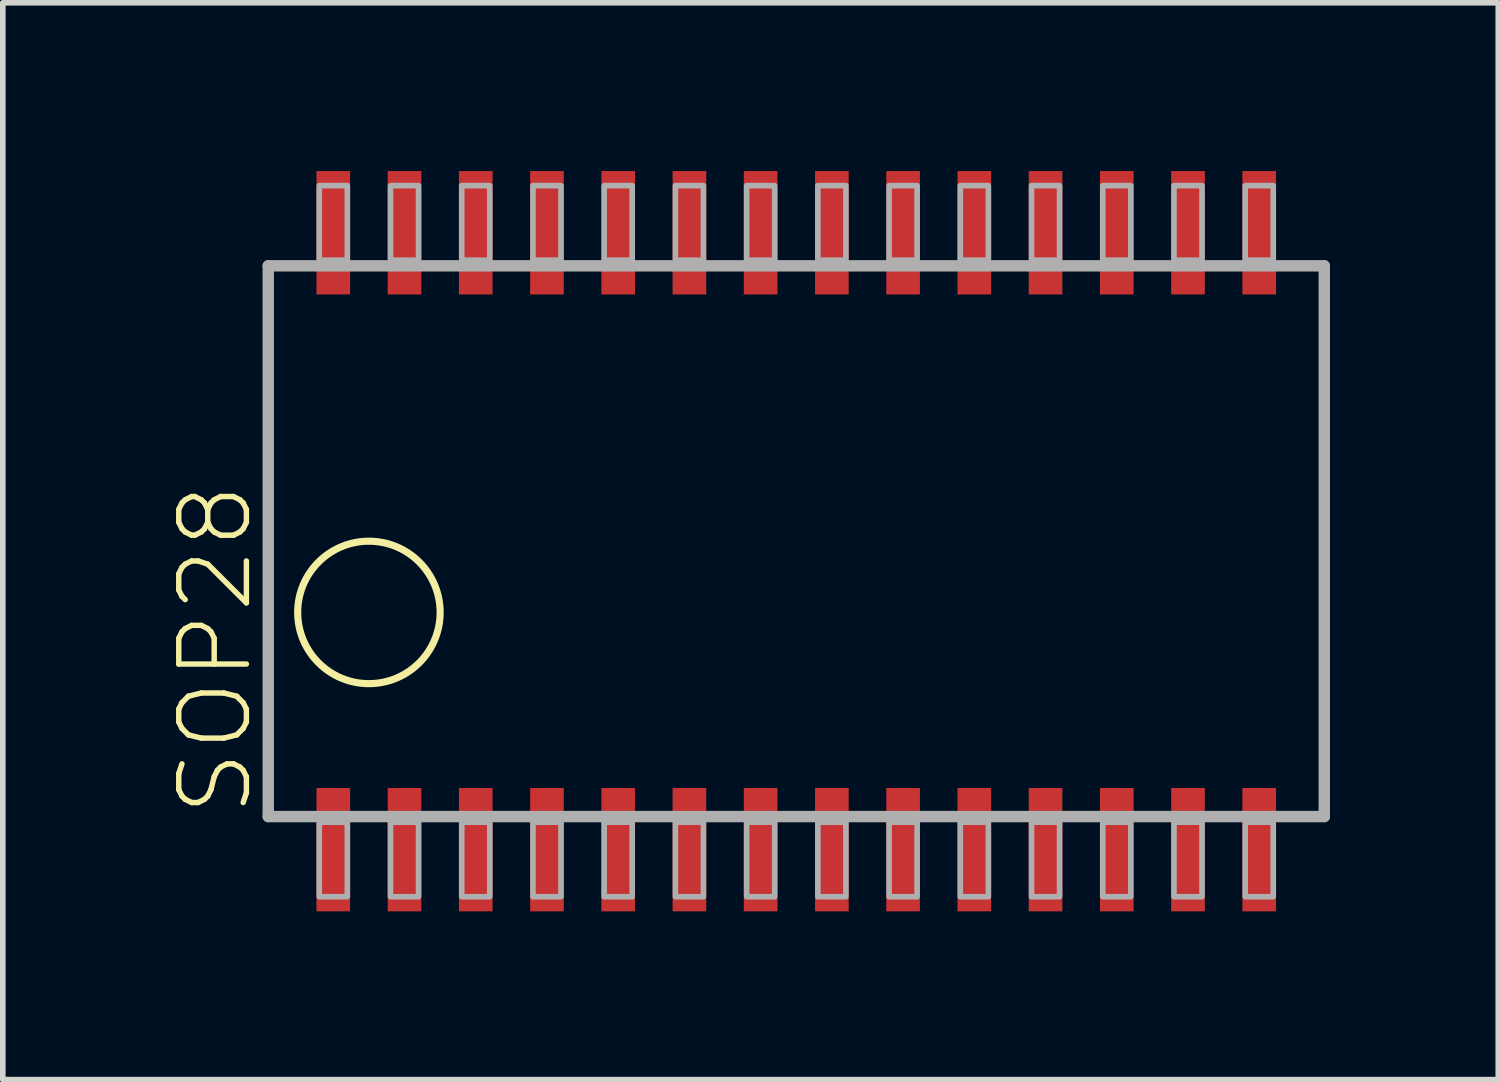
<source format=kicad_pcb>
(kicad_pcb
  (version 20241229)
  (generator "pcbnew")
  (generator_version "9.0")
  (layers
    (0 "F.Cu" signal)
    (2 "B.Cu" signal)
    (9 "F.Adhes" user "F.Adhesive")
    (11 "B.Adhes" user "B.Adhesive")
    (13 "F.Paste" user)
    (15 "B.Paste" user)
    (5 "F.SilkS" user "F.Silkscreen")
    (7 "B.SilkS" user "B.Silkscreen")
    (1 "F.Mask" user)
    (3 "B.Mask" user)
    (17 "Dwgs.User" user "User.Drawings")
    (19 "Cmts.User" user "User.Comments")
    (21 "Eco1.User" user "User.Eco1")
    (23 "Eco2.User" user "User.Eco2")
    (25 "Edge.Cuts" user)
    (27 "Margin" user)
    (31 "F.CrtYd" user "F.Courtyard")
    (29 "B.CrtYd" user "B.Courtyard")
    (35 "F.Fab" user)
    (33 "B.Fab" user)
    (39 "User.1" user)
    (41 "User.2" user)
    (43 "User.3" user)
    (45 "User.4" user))
  (footprint "SOP28"
    (layer "F.Cu")
    (at 11.148 6.6)
    (property "Reference" "SOP28" (at -9.652 4.953 90) (layer "F.SilkS") (effects (font (size 1.206 1.206) (thickness 0.097)) (justify left bottom)))
    (attr through_hole)
    (fp_circle (center -7.62 1.27) (end -6.35 1.27) (stroke (width 0.127) (type solid)) (fill no) (layer "F.SilkS"))
    (fp_line (start -9.415 -4.91) (end 9.415 -4.91) (stroke (width 0.203) (type solid)) (layer "F.Fab"))
    (fp_line (start -9.415 4.91) (end -9.415 -4.91) (stroke (width 0.203) (type solid)) (layer "F.Fab"))
    (fp_line (start 9.415 -4.91) (end 9.415 4.91) (stroke (width 0.203) (type solid)) (layer "F.Fab"))
    (fp_line (start 9.415 4.91) (end -9.415 4.91) (stroke (width 0.203) (type solid)) (layer "F.Fab"))
    (fp_poly (pts (xy -8.505 -5.01) (xy -8.005 -5.01) (xy -8.005 -6.34) (xy -8.505 -6.34)) (stroke (width 0.1) (type solid)) (fill no) (layer "F.Fab"))
    (fp_poly (pts (xy -8.505 6.34) (xy -8.005 6.34) (xy -8.005 5.01) (xy -8.505 5.01)) (stroke (width 0.1) (type solid)) (fill no) (layer "F.Fab"))
    (fp_poly (pts (xy -7.235 -5.01) (xy -6.735 -5.01) (xy -6.735 -6.34) (xy -7.235 -6.34)) (stroke (width 0.1) (type solid)) (fill no) (layer "F.Fab"))
    (fp_poly (pts (xy -7.235 6.34) (xy -6.735 6.34) (xy -6.735 5.01) (xy -7.235 5.01)) (stroke (width 0.1) (type solid)) (fill no) (layer "F.Fab"))
    (fp_poly (pts (xy -5.965 -5.01) (xy -5.465 -5.01) (xy -5.465 -6.34) (xy -5.965 -6.34)) (stroke (width 0.1) (type solid)) (fill no) (layer "F.Fab"))
    (fp_poly (pts (xy -5.965 6.34) (xy -5.465 6.34) (xy -5.465 5.01) (xy -5.965 5.01)) (stroke (width 0.1) (type solid)) (fill no) (layer "F.Fab"))
    (fp_poly (pts (xy -4.695 -5.01) (xy -4.195 -5.01) (xy -4.195 -6.34) (xy -4.695 -6.34)) (stroke (width 0.1) (type solid)) (fill no) (layer "F.Fab"))
    (fp_poly (pts (xy -4.695 6.34) (xy -4.195 6.34) (xy -4.195 5.01) (xy -4.695 5.01)) (stroke (width 0.1) (type solid)) (fill no) (layer "F.Fab"))
    (fp_poly (pts (xy -3.425 -5.01) (xy -2.925 -5.01) (xy -2.925 -6.34) (xy -3.425 -6.34)) (stroke (width 0.1) (type solid)) (fill no) (layer "F.Fab"))
    (fp_poly (pts (xy -3.425 6.34) (xy -2.925 6.34) (xy -2.925 5.01) (xy -3.425 5.01)) (stroke (width 0.1) (type solid)) (fill no) (layer "F.Fab"))
    (fp_poly (pts (xy -2.155 -5.01) (xy -1.655 -5.01) (xy -1.655 -6.34) (xy -2.155 -6.34)) (stroke (width 0.1) (type solid)) (fill no) (layer "F.Fab"))
    (fp_poly (pts (xy -2.155 6.34) (xy -1.655 6.34) (xy -1.655 5.01) (xy -2.155 5.01)) (stroke (width 0.1) (type solid)) (fill no) (layer "F.Fab"))
    (fp_poly (pts (xy -0.885 -5.01) (xy -0.385 -5.01) (xy -0.385 -6.34) (xy -0.885 -6.34)) (stroke (width 0.1) (type solid)) (fill no) (layer "F.Fab"))
    (fp_poly (pts (xy -0.885 6.34) (xy -0.385 6.34) (xy -0.385 5.01) (xy -0.885 5.01)) (stroke (width 0.1) (type solid)) (fill no) (layer "F.Fab"))
    (fp_poly (pts (xy 0.385 -5.01) (xy 0.885 -5.01) (xy 0.885 -6.34) (xy 0.385 -6.34)) (stroke (width 0.1) (type solid)) (fill no) (layer "F.Fab"))
    (fp_poly (pts (xy 0.385 6.34) (xy 0.885 6.34) (xy 0.885 5.01) (xy 0.385 5.01)) (stroke (width 0.1) (type solid)) (fill no) (layer "F.Fab"))
    (fp_poly (pts (xy 1.655 -5.01) (xy 2.155 -5.01) (xy 2.155 -6.34) (xy 1.655 -6.34)) (stroke (width 0.1) (type solid)) (fill no) (layer "F.Fab"))
    (fp_poly (pts (xy 1.655 6.34) (xy 2.155 6.34) (xy 2.155 5.01) (xy 1.655 5.01)) (stroke (width 0.1) (type solid)) (fill no) (layer "F.Fab"))
    (fp_poly (pts (xy 2.925 -5.01) (xy 3.425 -5.01) (xy 3.425 -6.34) (xy 2.925 -6.34)) (stroke (width 0.1) (type solid)) (fill no) (layer "F.Fab"))
    (fp_poly (pts (xy 2.925 6.34) (xy 3.425 6.34) (xy 3.425 5.01) (xy 2.925 5.01)) (stroke (width 0.1) (type solid)) (fill no) (layer "F.Fab"))
    (fp_poly (pts (xy 4.195 -5.01) (xy 4.695 -5.01) (xy 4.695 -6.34) (xy 4.195 -6.34)) (stroke (width 0.1) (type solid)) (fill no) (layer "F.Fab"))
    (fp_poly (pts (xy 4.195 6.34) (xy 4.695 6.34) (xy 4.695 5.01) (xy 4.195 5.01)) (stroke (width 0.1) (type solid)) (fill no) (layer "F.Fab"))
    (fp_poly (pts (xy 5.465 -5.01) (xy 5.965 -5.01) (xy 5.965 -6.34) (xy 5.465 -6.34)) (stroke (width 0.1) (type solid)) (fill no) (layer "F.Fab"))
    (fp_poly (pts (xy 5.465 6.34) (xy 5.965 6.34) (xy 5.965 5.01) (xy 5.465 5.01)) (stroke (width 0.1) (type solid)) (fill no) (layer "F.Fab"))
    (fp_poly (pts (xy 6.735 -5.01) (xy 7.235 -5.01) (xy 7.235 -6.34) (xy 6.735 -6.34)) (stroke (width 0.1) (type solid)) (fill no) (layer "F.Fab"))
    (fp_poly (pts (xy 6.735 6.34) (xy 7.235 6.34) (xy 7.235 5.01) (xy 6.735 5.01)) (stroke (width 0.1) (type solid)) (fill no) (layer "F.Fab"))
    (fp_poly (pts (xy 8.005 -5.01) (xy 8.505 -5.01) (xy 8.505 -6.34) (xy 8.005 -6.34)) (stroke (width 0.1) (type solid)) (fill no) (layer "F.Fab"))
    (fp_poly (pts (xy 8.005 6.34) (xy 8.505 6.34) (xy 8.505 5.01) (xy 8.005 5.01)) (stroke (width 0.1) (type solid)) (fill no) (layer "F.Fab"))
    (pad "1" smd rect (at -8.255 5.5) (size 0.6 2.2) (layers "F.Cu" "F.Mask" "F.Paste"))
    (pad "2" smd rect (at -6.985 5.5) (size 0.6 2.2) (layers "F.Cu" "F.Mask" "F.Paste"))
    (pad "3" smd rect (at -5.715 5.5) (size 0.6 2.2) (layers "F.Cu" "F.Mask" "F.Paste"))
    (pad "4" smd rect (at -4.445 5.5) (size 0.6 2.2) (layers "F.Cu" "F.Mask" "F.Paste"))
    (pad "5" smd rect (at -3.175 5.5) (size 0.6 2.2) (layers "F.Cu" "F.Mask" "F.Paste"))
    (pad "6" smd rect (at -1.905 5.5) (size 0.6 2.2) (layers "F.Cu" "F.Mask" "F.Paste"))
    (pad "7" smd rect (at -0.635 5.5) (size 0.6 2.2) (layers "F.Cu" "F.Mask" "F.Paste"))
    (pad "8" smd rect (at 0.635 5.5) (size 0.6 2.2) (layers "F.Cu" "F.Mask" "F.Paste"))
    (pad "9" smd rect (at 1.905 5.5) (size 0.6 2.2) (layers "F.Cu" "F.Mask" "F.Paste"))
    (pad "10" smd rect (at 3.175 5.5) (size 0.6 2.2) (layers "F.Cu" "F.Mask" "F.Paste"))
    (pad "11" smd rect (at 4.445 5.5) (size 0.6 2.2) (layers "F.Cu" "F.Mask" "F.Paste"))
    (pad "12" smd rect (at 5.715 5.5) (size 0.6 2.2) (layers "F.Cu" "F.Mask" "F.Paste"))
    (pad "13" smd rect (at 6.985 5.5) (size 0.6 2.2) (layers "F.Cu" "F.Mask" "F.Paste"))
    (pad "14" smd rect (at 8.255 5.5) (size 0.6 2.2) (layers "F.Cu" "F.Mask" "F.Paste"))
    (pad "15" smd rect (at 8.255 -5.5) (size 0.6 2.2) (layers "F.Cu" "F.Mask" "F.Paste"))
    (pad "16" smd rect (at 6.985 -5.5) (size 0.6 2.2) (layers "F.Cu" "F.Mask" "F.Paste"))
    (pad "17" smd rect (at 5.715 -5.5) (size 0.6 2.2) (layers "F.Cu" "F.Mask" "F.Paste"))
    (pad "18" smd rect (at 4.445 -5.5) (size 0.6 2.2) (layers "F.Cu" "F.Mask" "F.Paste"))
    (pad "19" smd rect (at 3.175 -5.5) (size 0.6 2.2) (layers "F.Cu" "F.Mask" "F.Paste"))
    (pad "20" smd rect (at 1.905 -5.5) (size 0.6 2.2) (layers "F.Cu" "F.Mask" "F.Paste"))
    (pad "21" smd rect (at 0.635 -5.5) (size 0.6 2.2) (layers "F.Cu" "F.Mask" "F.Paste"))
    (pad "22" smd rect (at -0.635 -5.5) (size 0.6 2.2) (layers "F.Cu" "F.Mask" "F.Paste"))
    (pad "23" smd rect (at -1.905 -5.5) (size 0.6 2.2) (layers "F.Cu" "F.Mask" "F.Paste"))
    (pad "24" smd rect (at -3.175 -5.5) (size 0.6 2.2) (layers "F.Cu" "F.Mask" "F.Paste"))
    (pad "25" smd rect (at -4.445 -5.5) (size 0.6 2.2) (layers "F.Cu" "F.Mask" "F.Paste"))
    (pad "26" smd rect (at -5.715 -5.5) (size 0.6 2.2) (layers "F.Cu" "F.Mask" "F.Paste"))
    (pad "27" smd rect (at -6.985 -5.5) (size 0.6 2.2) (layers "F.Cu" "F.Mask" "F.Paste"))
    (pad "28" smd rect (at -8.255 -5.5) (size 0.6 2.2) (layers "F.Cu" "F.Mask" "F.Paste")))
  (gr_rect
    (start -3 -3)
    (end 23.665 16.2)
    (stroke (width 0.1) (type default))
    (fill no)
    (layer "Edge.Cuts")))
</source>
